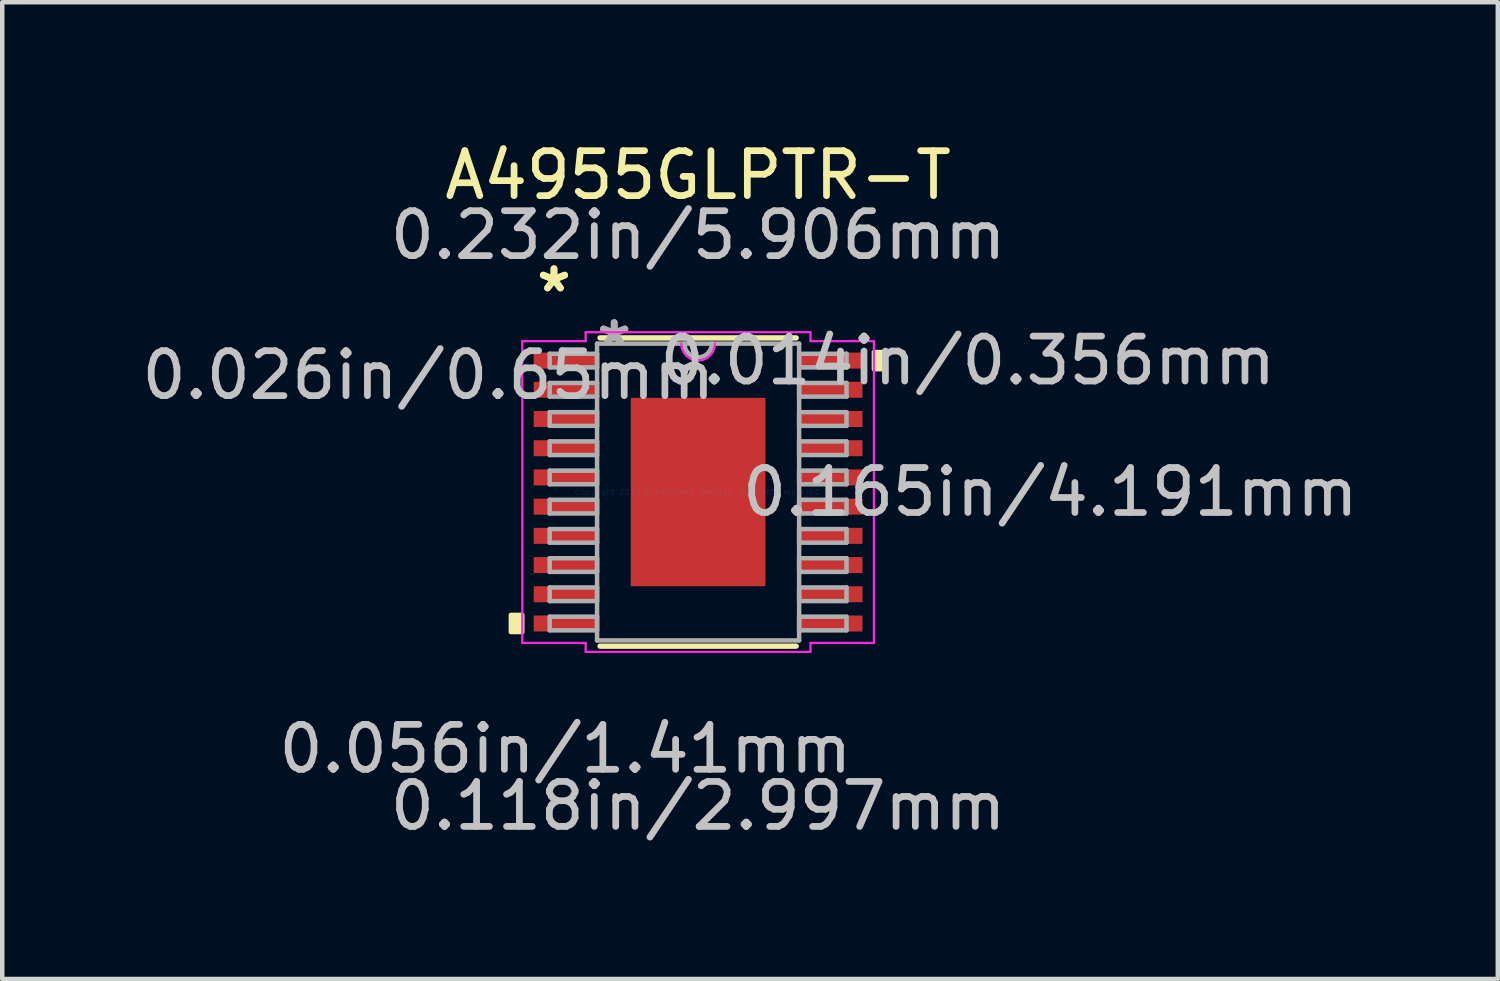
<source format=kicad_pcb>
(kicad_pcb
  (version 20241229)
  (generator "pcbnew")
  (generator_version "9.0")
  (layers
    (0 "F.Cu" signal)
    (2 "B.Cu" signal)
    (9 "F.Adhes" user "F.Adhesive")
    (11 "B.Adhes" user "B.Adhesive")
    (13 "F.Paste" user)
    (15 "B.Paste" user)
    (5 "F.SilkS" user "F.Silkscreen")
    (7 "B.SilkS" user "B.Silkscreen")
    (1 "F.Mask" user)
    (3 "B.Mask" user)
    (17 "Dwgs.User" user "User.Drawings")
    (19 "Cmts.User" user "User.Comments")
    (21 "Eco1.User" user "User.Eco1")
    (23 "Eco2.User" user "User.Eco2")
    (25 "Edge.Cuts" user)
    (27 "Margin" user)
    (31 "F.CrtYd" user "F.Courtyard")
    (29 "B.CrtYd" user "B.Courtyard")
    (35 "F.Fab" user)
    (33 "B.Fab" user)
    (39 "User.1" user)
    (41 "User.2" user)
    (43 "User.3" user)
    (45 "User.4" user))
  (footprint "A4955GLPTR-T"
    (layer "F.Cu")
    (at 12.483 7.898)
    (property "Reference" "A4955GLPTR-T" (at 0 -7.05 0) (layer "F.SilkS") (effects (font (size 1 1) (thickness 0.15))))
    (attr through_hole)
    (fp_line (start -2.182 3.429) (end 2.182 3.429) (stroke (width 0.12) (type solid)) (layer "F.SilkS"))
    (fp_line (start 2.182 -3.429) (end -2.182 -3.429) (stroke (width 0.12) (type solid)) (layer "F.SilkS"))
    (fp_poly (pts (xy -4.166 2.734) (xy -4.166 3.115) (xy -3.912 3.115) (xy -3.912 2.734)) (stroke (width 0.1) (type solid)) (fill yes) (layer "F.SilkS"))
    (fp_poly (pts (xy 4.166 -3.115) (xy 4.166 -2.734) (xy 3.912 -2.734) (xy 3.912 -3.115)) (stroke (width 0.1) (type solid)) (fill yes) (layer "F.SilkS"))
    (fp_poly (pts (xy -1.399 -1.996) (xy -1.399 -0.798) (xy -0.1 -0.798) (xy -0.1 -1.996)) (stroke (width 0.1) (type solid)) (fill yes) (layer "F.Paste"))
    (fp_poly (pts (xy -1.399 -0.599) (xy -1.399 0.599) (xy -0.1 0.599) (xy -0.1 -0.599)) (stroke (width 0.1) (type solid)) (fill yes) (layer "F.Paste"))
    (fp_poly (pts (xy -1.399 0.798) (xy -1.399 1.996) (xy -0.1 1.996) (xy -0.1 0.798)) (stroke (width 0.1) (type solid)) (fill yes) (layer "F.Paste"))
    (fp_poly (pts (xy 0.1 -1.996) (xy 0.1 -0.798) (xy 1.399 -0.798) (xy 1.399 -1.996)) (stroke (width 0.1) (type solid)) (fill yes) (layer "F.Paste"))
    (fp_poly (pts (xy 0.1 -0.599) (xy 0.1 0.599) (xy 1.399 0.599) (xy 1.399 -0.599)) (stroke (width 0.1) (type solid)) (fill yes) (layer "F.Paste"))
    (fp_poly (pts (xy 0.1 0.798) (xy 0.1 1.996) (xy 1.399 1.996) (xy 1.399 0.798)) (stroke (width 0.1) (type solid)) (fill yes) (layer "F.Paste"))
    (fp_line (start -3.912 -3.357) (end -2.502 -3.357) (stroke (width 0.05) (type solid)) (layer "F.CrtYd"))
    (fp_line (start -3.912 3.357) (end -3.912 -3.357) (stroke (width 0.05) (type solid)) (layer "F.CrtYd"))
    (fp_line (start -2.502 -3.556) (end 2.502 -3.556) (stroke (width 0.05) (type solid)) (layer "F.CrtYd"))
    (fp_line (start -2.502 -3.357) (end -2.502 -3.556) (stroke (width 0.05) (type solid)) (layer "F.CrtYd"))
    (fp_line (start -2.502 3.357) (end -3.912 3.357) (stroke (width 0.05) (type solid)) (layer "F.CrtYd"))
    (fp_line (start -2.502 3.556) (end -2.502 3.357) (stroke (width 0.05) (type solid)) (layer "F.CrtYd"))
    (fp_line (start 2.502 -3.556) (end 2.502 -3.357) (stroke (width 0.05) (type solid)) (layer "F.CrtYd"))
    (fp_line (start 2.502 -3.357) (end 3.912 -3.357) (stroke (width 0.05) (type solid)) (layer "F.CrtYd"))
    (fp_line (start 2.502 3.357) (end 2.502 3.556) (stroke (width 0.05) (type solid)) (layer "F.CrtYd"))
    (fp_line (start 2.502 3.556) (end -2.502 3.556) (stroke (width 0.05) (type solid)) (layer "F.CrtYd"))
    (fp_line (start 3.912 -3.357) (end 3.912 3.357) (stroke (width 0.05) (type solid)) (layer "F.CrtYd"))
    (fp_line (start 3.912 3.357) (end 2.502 3.357) (stroke (width 0.05) (type solid)) (layer "F.CrtYd"))
    (fp_arc (start 0.37465 -3.302) (mid 0 -2.92735) (end -0.37465 -3.302) (stroke (width 0.05) (type solid)) (layer "F.CrtYd"))
    (fp_line (start -3.302 -3.077) (end -3.302 -2.773) (stroke (width 0.1) (type solid)) (layer "F.Fab"))
    (fp_line (start -3.302 -2.773) (end -2.248 -2.773) (stroke (width 0.1) (type solid)) (layer "F.Fab"))
    (fp_line (start -3.302 -2.427) (end -3.302 -2.123) (stroke (width 0.1) (type solid)) (layer "F.Fab"))
    (fp_line (start -3.302 -2.123) (end -2.248 -2.123) (stroke (width 0.1) (type solid)) (layer "F.Fab"))
    (fp_line (start -3.302 -1.777) (end -3.302 -1.473) (stroke (width 0.1) (type solid)) (layer "F.Fab"))
    (fp_line (start -3.302 -1.473) (end -2.248 -1.473) (stroke (width 0.1) (type solid)) (layer "F.Fab"))
    (fp_line (start -3.302 -1.127) (end -3.302 -0.823) (stroke (width 0.1) (type solid)) (layer "F.Fab"))
    (fp_line (start -3.302 -0.823) (end -2.248 -0.823) (stroke (width 0.1) (type solid)) (layer "F.Fab"))
    (fp_line (start -3.302 -0.477) (end -3.302 -0.173) (stroke (width 0.1) (type solid)) (layer "F.Fab"))
    (fp_line (start -3.302 -0.173) (end -2.248 -0.173) (stroke (width 0.1) (type solid)) (layer "F.Fab"))
    (fp_line (start -3.302 0.173) (end -3.302 0.477) (stroke (width 0.1) (type solid)) (layer "F.Fab"))
    (fp_line (start -3.302 0.477) (end -2.248 0.477) (stroke (width 0.1) (type solid)) (layer "F.Fab"))
    (fp_line (start -3.302 0.823) (end -3.302 1.127) (stroke (width 0.1) (type solid)) (layer "F.Fab"))
    (fp_line (start -3.302 1.127) (end -2.248 1.127) (stroke (width 0.1) (type solid)) (layer "F.Fab"))
    (fp_line (start -3.302 1.473) (end -3.302 1.777) (stroke (width 0.1) (type solid)) (layer "F.Fab"))
    (fp_line (start -3.302 1.777) (end -2.248 1.777) (stroke (width 0.1) (type solid)) (layer "F.Fab"))
    (fp_line (start -3.302 2.123) (end -3.302 2.427) (stroke (width 0.1) (type solid)) (layer "F.Fab"))
    (fp_line (start -3.302 2.427) (end -2.248 2.427) (stroke (width 0.1) (type solid)) (layer "F.Fab"))
    (fp_line (start -3.302 2.773) (end -3.302 3.077) (stroke (width 0.1) (type solid)) (layer "F.Fab"))
    (fp_line (start -3.302 3.077) (end -2.248 3.077) (stroke (width 0.1) (type solid)) (layer "F.Fab"))
    (fp_line (start -2.248 -3.302) (end -2.248 3.302) (stroke (width 0.1) (type solid)) (layer "F.Fab"))
    (fp_line (start -2.248 -3.077) (end -3.302 -3.077) (stroke (width 0.1) (type solid)) (layer "F.Fab"))
    (fp_line (start -2.248 -2.773) (end -2.248 -3.077) (stroke (width 0.1) (type solid)) (layer "F.Fab"))
    (fp_line (start -2.248 -2.427) (end -3.302 -2.427) (stroke (width 0.1) (type solid)) (layer "F.Fab"))
    (fp_line (start -2.248 -2.123) (end -2.248 -2.427) (stroke (width 0.1) (type solid)) (layer "F.Fab"))
    (fp_line (start -2.248 -1.777) (end -3.302 -1.777) (stroke (width 0.1) (type solid)) (layer "F.Fab"))
    (fp_line (start -2.248 -1.473) (end -2.248 -1.777) (stroke (width 0.1) (type solid)) (layer "F.Fab"))
    (fp_line (start -2.248 -1.127) (end -3.302 -1.127) (stroke (width 0.1) (type solid)) (layer "F.Fab"))
    (fp_line (start -2.248 -0.823) (end -2.248 -1.127) (stroke (width 0.1) (type solid)) (layer "F.Fab"))
    (fp_line (start -2.248 -0.477) (end -3.302 -0.477) (stroke (width 0.1) (type solid)) (layer "F.Fab"))
    (fp_line (start -2.248 -0.173) (end -2.248 -0.477) (stroke (width 0.1) (type solid)) (layer "F.Fab"))
    (fp_line (start -2.248 0.173) (end -3.302 0.173) (stroke (width 0.1) (type solid)) (layer "F.Fab"))
    (fp_line (start -2.248 0.477) (end -2.248 0.173) (stroke (width 0.1) (type solid)) (layer "F.Fab"))
    (fp_line (start -2.248 0.823) (end -3.302 0.823) (stroke (width 0.1) (type solid)) (layer "F.Fab"))
    (fp_line (start -2.248 1.127) (end -2.248 0.823) (stroke (width 0.1) (type solid)) (layer "F.Fab"))
    (fp_line (start -2.248 1.473) (end -3.302 1.473) (stroke (width 0.1) (type solid)) (layer "F.Fab"))
    (fp_line (start -2.248 1.777) (end -2.248 1.473) (stroke (width 0.1) (type solid)) (layer "F.Fab"))
    (fp_line (start -2.248 2.123) (end -3.302 2.123) (stroke (width 0.1) (type solid)) (layer "F.Fab"))
    (fp_line (start -2.248 2.427) (end -2.248 2.123) (stroke (width 0.1) (type solid)) (layer "F.Fab"))
    (fp_line (start -2.248 2.773) (end -3.302 2.773) (stroke (width 0.1) (type solid)) (layer "F.Fab"))
    (fp_line (start -2.248 3.077) (end -2.248 2.773) (stroke (width 0.1) (type solid)) (layer "F.Fab"))
    (fp_line (start -2.248 3.302) (end 2.248 3.302) (stroke (width 0.1) (type solid)) (layer "F.Fab"))
    (fp_line (start 2.248 -3.302) (end -2.248 -3.302) (stroke (width 0.1) (type solid)) (layer "F.Fab"))
    (fp_line (start 2.248 -3.077) (end 2.248 -2.773) (stroke (width 0.1) (type solid)) (layer "F.Fab"))
    (fp_line (start 2.248 -2.773) (end 3.302 -2.773) (stroke (width 0.1) (type solid)) (layer "F.Fab"))
    (fp_line (start 2.248 -2.427) (end 2.248 -2.123) (stroke (width 0.1) (type solid)) (layer "F.Fab"))
    (fp_line (start 2.248 -2.123) (end 3.302 -2.123) (stroke (width 0.1) (type solid)) (layer "F.Fab"))
    (fp_line (start 2.248 -1.777) (end 2.248 -1.473) (stroke (width 0.1) (type solid)) (layer "F.Fab"))
    (fp_line (start 2.248 -1.473) (end 3.302 -1.473) (stroke (width 0.1) (type solid)) (layer "F.Fab"))
    (fp_line (start 2.248 -1.127) (end 2.248 -0.823) (stroke (width 0.1) (type solid)) (layer "F.Fab"))
    (fp_line (start 2.248 -0.823) (end 3.302 -0.823) (stroke (width 0.1) (type solid)) (layer "F.Fab"))
    (fp_line (start 2.248 -0.477) (end 2.248 -0.173) (stroke (width 0.1) (type solid)) (layer "F.Fab"))
    (fp_line (start 2.248 -0.173) (end 3.302 -0.173) (stroke (width 0.1) (type solid)) (layer "F.Fab"))
    (fp_line (start 2.248 0.173) (end 2.248 0.477) (stroke (width 0.1) (type solid)) (layer "F.Fab"))
    (fp_line (start 2.248 0.477) (end 3.302 0.477) (stroke (width 0.1) (type solid)) (layer "F.Fab"))
    (fp_line (start 2.248 0.823) (end 2.248 1.127) (stroke (width 0.1) (type solid)) (layer "F.Fab"))
    (fp_line (start 2.248 1.127) (end 3.302 1.127) (stroke (width 0.1) (type solid)) (layer "F.Fab"))
    (fp_line (start 2.248 1.473) (end 2.248 1.777) (stroke (width 0.1) (type solid)) (layer "F.Fab"))
    (fp_line (start 2.248 1.777) (end 3.302 1.777) (stroke (width 0.1) (type solid)) (layer "F.Fab"))
    (fp_line (start 2.248 2.123) (end 2.248 2.427) (stroke (width 0.1) (type solid)) (layer "F.Fab"))
    (fp_line (start 2.248 2.427) (end 3.302 2.427) (stroke (width 0.1) (type solid)) (layer "F.Fab"))
    (fp_line (start 2.248 2.773) (end 2.248 3.077) (stroke (width 0.1) (type solid)) (layer "F.Fab"))
    (fp_line (start 2.248 3.077) (end 3.302 3.077) (stroke (width 0.1) (type solid)) (layer "F.Fab"))
    (fp_line (start 2.248 3.302) (end 2.248 -3.302) (stroke (width 0.1) (type solid)) (layer "F.Fab"))
    (fp_line (start 3.302 -3.077) (end 2.248 -3.077) (stroke (width 0.1) (type solid)) (layer "F.Fab"))
    (fp_line (start 3.302 -2.773) (end 3.302 -3.077) (stroke (width 0.1) (type solid)) (layer "F.Fab"))
    (fp_line (start 3.302 -2.427) (end 2.248 -2.427) (stroke (width 0.1) (type solid)) (layer "F.Fab"))
    (fp_line (start 3.302 -2.123) (end 3.302 -2.427) (stroke (width 0.1) (type solid)) (layer "F.Fab"))
    (fp_line (start 3.302 -1.777) (end 2.248 -1.777) (stroke (width 0.1) (type solid)) (layer "F.Fab"))
    (fp_line (start 3.302 -1.473) (end 3.302 -1.777) (stroke (width 0.1) (type solid)) (layer "F.Fab"))
    (fp_line (start 3.302 -1.127) (end 2.248 -1.127) (stroke (width 0.1) (type solid)) (layer "F.Fab"))
    (fp_line (start 3.302 -0.823) (end 3.302 -1.127) (stroke (width 0.1) (type solid)) (layer "F.Fab"))
    (fp_line (start 3.302 -0.477) (end 2.248 -0.477) (stroke (width 0.1) (type solid)) (layer "F.Fab"))
    (fp_line (start 3.302 -0.173) (end 3.302 -0.477) (stroke (width 0.1) (type solid)) (layer "F.Fab"))
    (fp_line (start 3.302 0.173) (end 2.248 0.173) (stroke (width 0.1) (type solid)) (layer "F.Fab"))
    (fp_line (start 3.302 0.477) (end 3.302 0.173) (stroke (width 0.1) (type solid)) (layer "F.Fab"))
    (fp_line (start 3.302 0.823) (end 2.248 0.823) (stroke (width 0.1) (type solid)) (layer "F.Fab"))
    (fp_line (start 3.302 1.127) (end 3.302 0.823) (stroke (width 0.1) (type solid)) (layer "F.Fab"))
    (fp_line (start 3.302 1.473) (end 2.248 1.473) (stroke (width 0.1) (type solid)) (layer "F.Fab"))
    (fp_line (start 3.302 1.777) (end 3.302 1.473) (stroke (width 0.1) (type solid)) (layer "F.Fab"))
    (fp_line (start 3.302 2.123) (end 2.248 2.123) (stroke (width 0.1) (type solid)) (layer "F.Fab"))
    (fp_line (start 3.302 2.427) (end 3.302 2.123) (stroke (width 0.1) (type solid)) (layer "F.Fab"))
    (fp_line (start 3.302 2.773) (end 2.248 2.773) (stroke (width 0.1) (type solid)) (layer "F.Fab"))
    (fp_line (start 3.302 3.077) (end 3.302 2.773) (stroke (width 0.1) (type solid)) (layer "F.Fab"))
    (fp_arc (start 0.3048 -3.302) (mid 0 -2.9972) (end -0.3048 -3.302) (stroke (width 0.1) (type solid)) (layer "F.Fab"))
    (fp_text user "*" (at -3.207 -4.424 0) (layer "F.SilkS") (effects (font (size 1 1) (thickness 0.15))))
    (fp_text user "*" (at -3.207 -4.424 0) (layer "F.SilkS") (effects (font (size 1 1) (thickness 0.15))))
    (fp_text user "0.118in/2.997mm" (at 0 6.985 0) (layer "Dwgs.User") (effects (font (size 1 1) (thickness 0.15))))
    (fp_text user "0.056in/1.41mm" (at -2.953 5.715 0) (layer "Dwgs.User") (effects (font (size 1 1) (thickness 0.15))))
    (fp_text user "0.165in/4.191mm" (at 7.836 0 0) (layer "Dwgs.User") (effects (font (size 1 1) (thickness 0.15))))
    (fp_text user "0.014in/0.356mm" (at 6.001 -2.925 0) (layer "Dwgs.User") (effects (font (size 1 1) (thickness 0.15))))
    (fp_text user "0.026in/0.65mm" (at -6.001 -2.6 0) (layer "Dwgs.User") (effects (font (size 1 1) (thickness 0.15))))
    (fp_text user "0.232in/5.906mm" (at 0 -5.715 0) (layer "Dwgs.User") (effects (font (size 1 1) (thickness 0.15))))
    (fp_text user "Copyright 2021 Accelerated Designs. All rights reserved." (at 0 0 0) (layer "Cmts.User") (effects (font (size 0.127 0.127) (thickness 0.002))))
    (fp_text user "*" (at -1.867 -3.226 0) (layer "F.Fab") (effects (font (size 1 1) (thickness 0.15))))
    (fp_text user "*" (at -1.867 -3.226 0) (layer "F.Fab") (effects (font (size 1 1) (thickness 0.15))))
    (pad "1" smd rect (at -2.953 -2.925) (size 1.41 0.356) (layers "F.Cu" "F.Mask" "F.Paste"))
    (pad "2" smd rect (at -2.953 -2.275) (size 1.41 0.356) (layers "F.Cu" "F.Mask" "F.Paste"))
    (pad "3" smd rect (at -2.953 -1.625) (size 1.41 0.356) (layers "F.Cu" "F.Mask" "F.Paste"))
    (pad "4" smd rect (at -2.953 -0.975) (size 1.41 0.356) (layers "F.Cu" "F.Mask" "F.Paste"))
    (pad "5" smd rect (at -2.953 -0.325) (size 1.41 0.356) (layers "F.Cu" "F.Mask" "F.Paste"))
    (pad "6" smd rect (at -2.953 0.325) (size 1.41 0.356) (layers "F.Cu" "F.Mask" "F.Paste"))
    (pad "7" smd rect (at -2.953 0.975) (size 1.41 0.356) (layers "F.Cu" "F.Mask" "F.Paste"))
    (pad "8" smd rect (at -2.953 1.625) (size 1.41 0.356) (layers "F.Cu" "F.Mask" "F.Paste"))
    (pad "9" smd rect (at -2.953 2.275) (size 1.41 0.356) (layers "F.Cu" "F.Mask" "F.Paste"))
    (pad "10" smd rect (at -2.953 2.925) (size 1.41 0.356) (layers "F.Cu" "F.Mask" "F.Paste"))
    (pad "11" smd rect (at 2.953 2.925) (size 1.41 0.356) (layers "F.Cu" "F.Mask" "F.Paste"))
    (pad "12" smd rect (at 2.953 2.275) (size 1.41 0.356) (layers "F.Cu" "F.Mask" "F.Paste"))
    (pad "13" smd rect (at 2.953 1.625) (size 1.41 0.356) (layers "F.Cu" "F.Mask" "F.Paste"))
    (pad "14" smd rect (at 2.953 0.975) (size 1.41 0.356) (layers "F.Cu" "F.Mask" "F.Paste"))
    (pad "15" smd rect (at 2.953 0.325) (size 1.41 0.356) (layers "F.Cu" "F.Mask" "F.Paste"))
    (pad "16" smd rect (at 2.953 -0.325) (size 1.41 0.356) (layers "F.Cu" "F.Mask" "F.Paste"))
    (pad "17" smd rect (at 2.953 -0.975) (size 1.41 0.356) (layers "F.Cu" "F.Mask" "F.Paste"))
    (pad "18" smd rect (at 2.953 -1.625) (size 1.41 0.356) (layers "F.Cu" "F.Mask" "F.Paste"))
    (pad "19" smd rect (at 2.953 -2.275) (size 1.41 0.356) (layers "F.Cu" "F.Mask" "F.Paste"))
    (pad "20" smd rect (at 2.953 -2.925) (size 1.41 0.356) (layers "F.Cu" "F.Mask" "F.Paste"))
    (pad "EPAD" smd rect (at 0 0) (size 2.997 4.191) (layers "F.Cu" "F.Mask" "F.Paste")))
  (gr_rect
    (start -3 -3)
    (end 30.277 18.732)
    (stroke (width 0.1) (type default))
    (fill no)
    (layer "Edge.Cuts")))
</source>
